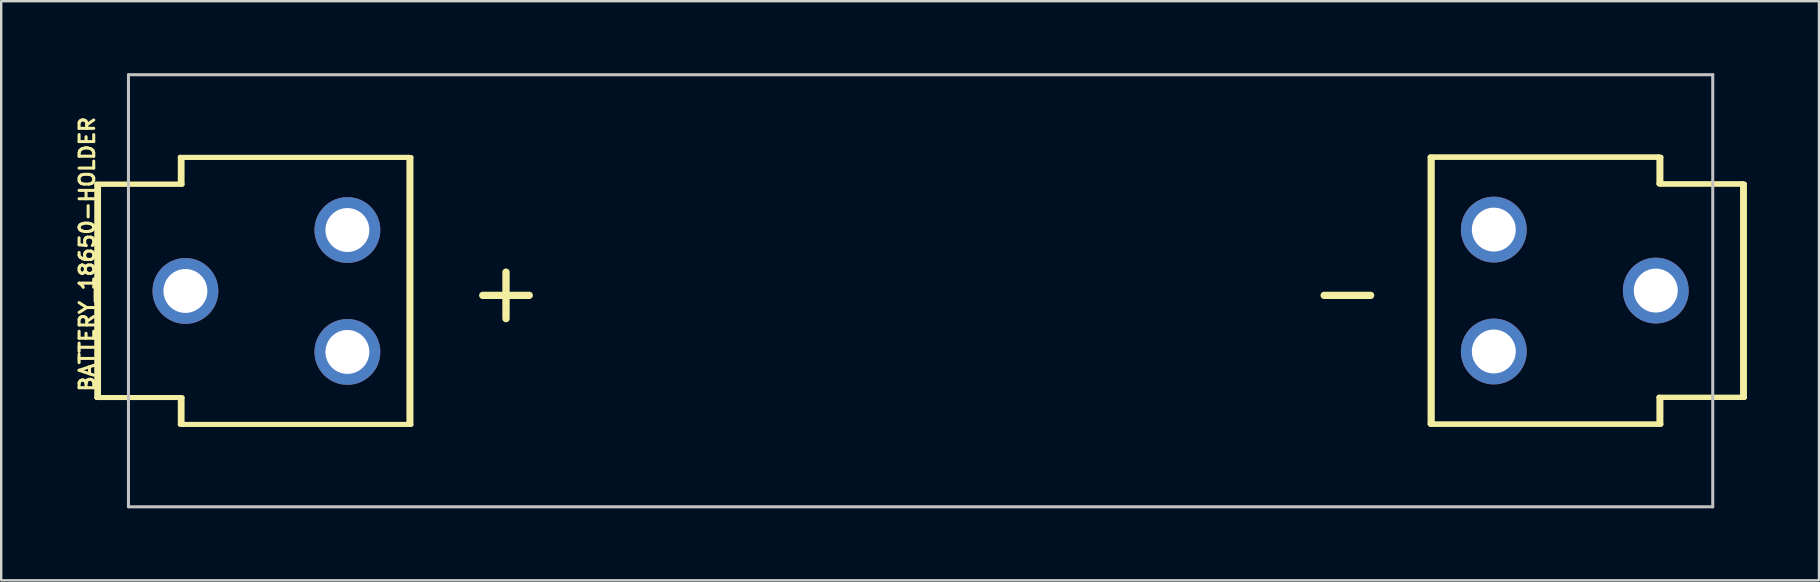
<source format=kicad_pcb>
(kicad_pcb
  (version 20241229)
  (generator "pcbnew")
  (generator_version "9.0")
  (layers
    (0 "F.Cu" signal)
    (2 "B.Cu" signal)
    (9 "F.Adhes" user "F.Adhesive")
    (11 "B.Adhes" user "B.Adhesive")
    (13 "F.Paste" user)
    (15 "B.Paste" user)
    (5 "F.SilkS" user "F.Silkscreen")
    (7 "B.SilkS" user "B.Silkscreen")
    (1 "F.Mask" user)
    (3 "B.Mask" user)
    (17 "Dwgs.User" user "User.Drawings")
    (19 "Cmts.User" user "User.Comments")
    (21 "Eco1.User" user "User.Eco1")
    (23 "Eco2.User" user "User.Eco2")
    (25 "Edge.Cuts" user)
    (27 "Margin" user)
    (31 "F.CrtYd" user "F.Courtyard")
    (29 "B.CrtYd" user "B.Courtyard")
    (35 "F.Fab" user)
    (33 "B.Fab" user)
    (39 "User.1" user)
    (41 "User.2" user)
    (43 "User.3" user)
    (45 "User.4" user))
  (footprint "BATTERY_18650-HOLDER"
    (layer "F.Cu")
    (at 35.301 9.063)
    (property "Reference" "BATTERY_18650-HOLDER" (at -34.722 -1.524 90) (layer "F.SilkS") (effects (font (size 0.61 0.61) (thickness 0.127))))
    (attr exclude_from_pos_files exclude_from_bom)
    (fp_line (start -34.323 -4.445) (end -30.843 -4.445) (stroke (width 0.203) (type solid)) (layer "F.SilkS"))
    (fp_line (start -34.323 4.445) (end -34.323 -4.445) (stroke (width 0.203) (type solid)) (layer "F.SilkS"))
    (fp_line (start -34.244 -4.435) (end -30.764 -4.435) (stroke (width 0.203) (type solid)) (layer "F.SilkS"))
    (fp_line (start -34.244 4.453) (end -34.244 -4.435) (stroke (width 0.203) (type solid)) (layer "F.SilkS"))
    (fp_line (start -30.843 -5.563) (end -21.318 -5.563) (stroke (width 0.203) (type solid)) (layer "F.SilkS"))
    (fp_line (start -30.843 -4.445) (end -30.843 -5.563) (stroke (width 0.203) (type solid)) (layer "F.SilkS"))
    (fp_line (start -30.843 4.445) (end -34.323 4.445) (stroke (width 0.203) (type solid)) (layer "F.SilkS"))
    (fp_line (start -30.843 5.563) (end -30.843 4.445) (stroke (width 0.203) (type solid)) (layer "F.SilkS"))
    (fp_line (start -30.764 -5.552) (end -21.229 -5.552) (stroke (width 0.203) (type solid)) (layer "F.SilkS"))
    (fp_line (start -30.764 -4.435) (end -30.764 -5.552) (stroke (width 0.203) (type solid)) (layer "F.SilkS"))
    (fp_line (start -30.764 4.453) (end -34.244 4.453) (stroke (width 0.203) (type solid)) (layer "F.SilkS"))
    (fp_line (start -30.764 5.57) (end -30.764 4.453) (stroke (width 0.203) (type solid)) (layer "F.SilkS"))
    (fp_line (start -21.318 -5.563) (end -21.318 5.563) (stroke (width 0.203) (type solid)) (layer "F.SilkS"))
    (fp_line (start -21.318 5.563) (end -30.843 5.563) (stroke (width 0.203) (type solid)) (layer "F.SilkS"))
    (fp_line (start -21.229 -5.552) (end -21.229 5.57) (stroke (width 0.203) (type solid)) (layer "F.SilkS"))
    (fp_line (start -21.229 5.57) (end -30.764 5.57) (stroke (width 0.203) (type solid)) (layer "F.SilkS"))
    (fp_line (start 21.229 -5.57) (end 30.764 -5.57) (stroke (width 0.203) (type solid)) (layer "F.SilkS"))
    (fp_line (start 21.229 -5.57) (end 30.764 -5.57) (stroke (width 0.203) (type solid)) (layer "F.SilkS"))
    (fp_line (start 21.229 5.552) (end 21.229 -5.57) (stroke (width 0.203) (type solid)) (layer "F.SilkS"))
    (fp_line (start 21.229 5.552) (end 21.229 -5.57) (stroke (width 0.203) (type solid)) (layer "F.SilkS"))
    (fp_line (start 21.318 -5.563) (end 30.843 -5.563) (stroke (width 0.203) (type solid)) (layer "F.SilkS"))
    (fp_line (start 21.318 5.563) (end 21.318 -5.563) (stroke (width 0.203) (type solid)) (layer "F.SilkS"))
    (fp_line (start 30.764 -5.57) (end 30.764 -4.453) (stroke (width 0.203) (type solid)) (layer "F.SilkS"))
    (fp_line (start 30.764 -5.57) (end 30.764 -4.453) (stroke (width 0.203) (type solid)) (layer "F.SilkS"))
    (fp_line (start 30.764 -4.453) (end 34.244 -4.453) (stroke (width 0.203) (type solid)) (layer "F.SilkS"))
    (fp_line (start 30.764 -4.453) (end 34.244 -4.453) (stroke (width 0.203) (type solid)) (layer "F.SilkS"))
    (fp_line (start 30.764 4.435) (end 30.764 5.552) (stroke (width 0.203) (type solid)) (layer "F.SilkS"))
    (fp_line (start 30.764 4.435) (end 30.764 5.552) (stroke (width 0.203) (type solid)) (layer "F.SilkS"))
    (fp_line (start 30.764 5.552) (end 21.229 5.552) (stroke (width 0.203) (type solid)) (layer "F.SilkS"))
    (fp_line (start 30.764 5.552) (end 21.229 5.552) (stroke (width 0.203) (type solid)) (layer "F.SilkS"))
    (fp_line (start 30.843 -5.563) (end 30.843 -4.445) (stroke (width 0.203) (type solid)) (layer "F.SilkS"))
    (fp_line (start 30.843 -4.445) (end 34.323 -4.445) (stroke (width 0.203) (type solid)) (layer "F.SilkS"))
    (fp_line (start 30.843 4.445) (end 30.843 5.563) (stroke (width 0.203) (type solid)) (layer "F.SilkS"))
    (fp_line (start 30.843 5.563) (end 21.318 5.563) (stroke (width 0.203) (type solid)) (layer "F.SilkS"))
    (fp_line (start 34.244 -4.453) (end 34.244 4.435) (stroke (width 0.203) (type solid)) (layer "F.SilkS"))
    (fp_line (start 34.244 -4.453) (end 34.244 4.435) (stroke (width 0.203) (type solid)) (layer "F.SilkS"))
    (fp_line (start 34.244 4.435) (end 30.764 4.435) (stroke (width 0.203) (type solid)) (layer "F.SilkS"))
    (fp_line (start 34.244 4.435) (end 30.764 4.435) (stroke (width 0.203) (type solid)) (layer "F.SilkS"))
    (fp_line (start 34.323 -4.445) (end 34.323 4.445) (stroke (width 0.203) (type solid)) (layer "F.SilkS"))
    (fp_line (start 34.323 4.445) (end 30.843 4.445) (stroke (width 0.203) (type solid)) (layer "F.SilkS"))
    (fp_line (start -33 -8.999) (end -33 8.999) (stroke (width 0.127) (type solid)) (layer "Dwgs.User"))
    (fp_line (start -33 -8.999) (end 33 -8.999) (stroke (width 0.127) (type solid)) (layer "Dwgs.User"))
    (fp_line (start 33 -8.999) (end 33 8.999) (stroke (width 0.127) (type solid)) (layer "Dwgs.User"))
    (fp_line (start 33 8.999) (end -33 8.999) (stroke (width 0.127) (type solid)) (layer "Dwgs.User"))
    (fp_text user "-" (at 17.78 0 0) (layer "F.SilkS") (effects (font (size 2.54 2.54) (thickness 0.305))))
    (fp_text user "+" (at -17.272 0 0) (layer "F.SilkS") (effects (font (size 2.54 2.54) (thickness 0.305))))
    (pad "GND@" thru_hole circle (at 23.879 -2.548) (size 2.743 2.743) (drill 1.829) (layers "*.Cu" "*.Mask"))
    (pad "GND@" thru_hole circle (at 23.879 2.53) (size 2.743 2.743) (drill 1.829) (layers "*.Cu" "*.Mask"))
    (pad "GND@" thru_hole circle (at 30.627 -0.008) (size 2.743 2.743) (drill 1.829) (layers "*.Cu" "*.Mask"))
    (pad "PWR@" thru_hole circle (at -30.627 0.008) (size 2.743 2.743) (drill 1.829) (layers "*.Cu" "*.Mask"))
    (pad "PWR@" thru_hole circle (at -23.879 -2.53) (size 2.743 2.743) (drill 1.829) (layers "*.Cu" "*.Mask"))
    (pad "PWR@" thru_hole circle (at -23.879 2.548) (size 2.743 2.743) (drill 1.829) (layers "*.Cu" "*.Mask")))
  (gr_rect
    (start -3 -3)
    (end 72.726 21.125)
    (stroke (width 0.1) (type default))
    (fill no)
    (layer "Edge.Cuts")))
</source>
